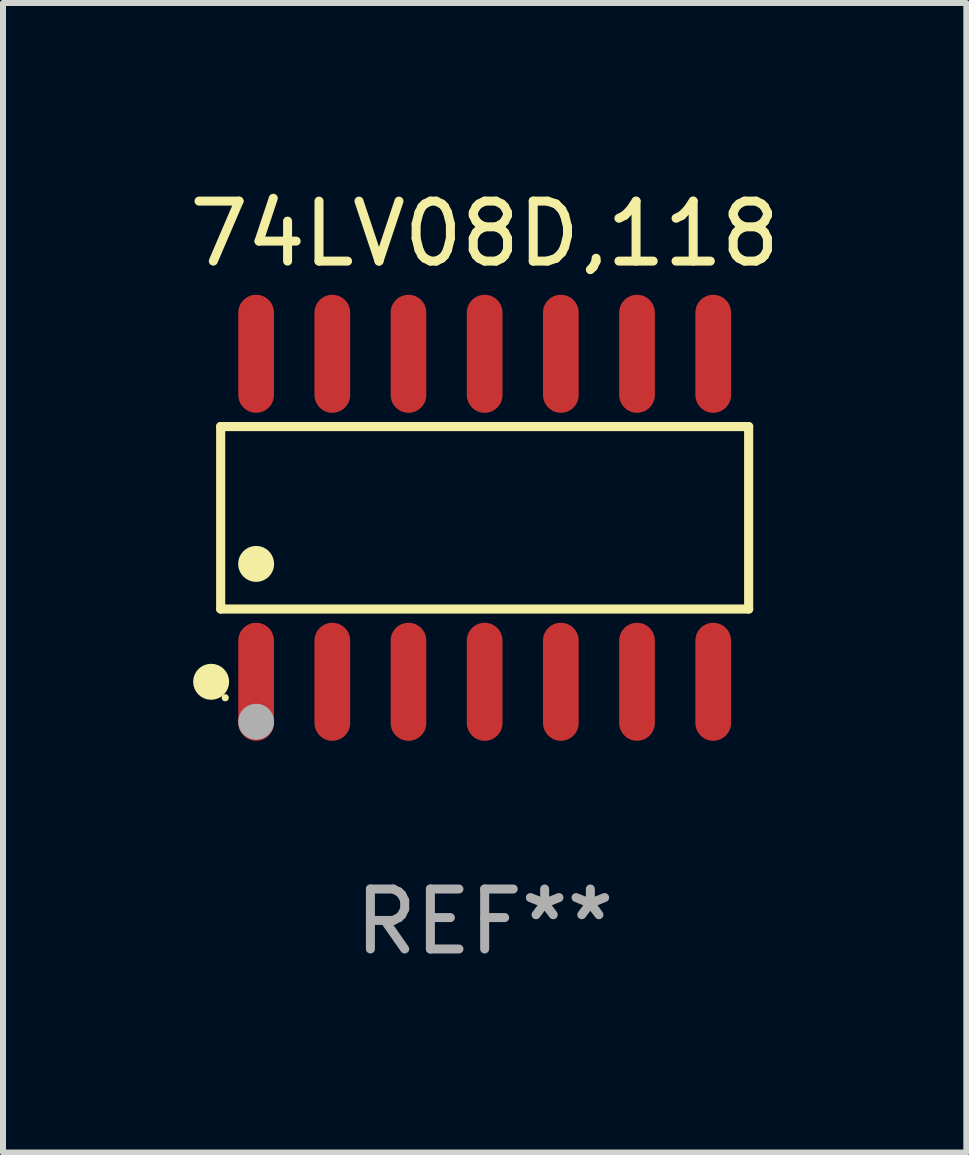
<source format=kicad_pcb>
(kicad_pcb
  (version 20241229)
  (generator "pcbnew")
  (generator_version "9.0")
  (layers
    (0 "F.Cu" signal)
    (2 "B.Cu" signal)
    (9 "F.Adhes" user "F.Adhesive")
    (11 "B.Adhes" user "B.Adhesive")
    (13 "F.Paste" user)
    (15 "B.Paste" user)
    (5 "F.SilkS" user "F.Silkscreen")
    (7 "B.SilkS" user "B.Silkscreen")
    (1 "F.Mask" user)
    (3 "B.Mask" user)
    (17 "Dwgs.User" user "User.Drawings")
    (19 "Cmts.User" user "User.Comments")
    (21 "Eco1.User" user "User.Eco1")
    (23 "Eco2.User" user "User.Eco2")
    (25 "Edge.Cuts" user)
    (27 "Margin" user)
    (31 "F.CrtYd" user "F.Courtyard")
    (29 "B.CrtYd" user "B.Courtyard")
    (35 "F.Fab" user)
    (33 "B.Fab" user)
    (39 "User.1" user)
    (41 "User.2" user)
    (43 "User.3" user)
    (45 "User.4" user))
  (footprint "74LV08D,118"
    (layer "F.Cu")
    (at 5.03 5.582)
    (property "Reference" "74LV08D,118" (at 0 -4.734 0) (layer "F.SilkS") (effects (font (size 1 1) (thickness 0.15))))
    (attr through_hole)
    (fp_line (start -4.401 -1.521) (end 4.401 -1.521) (stroke (width 0.152) (type solid)) (layer "F.SilkS"))
    (fp_line (start -4.401 1.521) (end -4.401 -1.521) (stroke (width 0.152) (type solid)) (layer "F.SilkS"))
    (fp_line (start 4.401 -1.521) (end 4.401 1.521) (stroke (width 0.152) (type solid)) (layer "F.SilkS"))
    (fp_line (start 4.401 1.521) (end -4.401 1.521) (stroke (width 0.152) (type solid)) (layer "F.SilkS"))
    (fp_circle (center -4.56 2.734) (end -4.41 2.734) (stroke (width 0.3) (type solid)) (fill no) (layer "F.SilkS"))
    (fp_circle (center -4.325 3) (end -4.295 3) (stroke (width 0.06) (type solid)) (fill no) (layer "F.SilkS"))
    (fp_circle (center -3.81 0.769) (end -3.66 0.769) (stroke (width 0.3) (type solid)) (fill no) (layer "F.SilkS"))
    (fp_circle (center -3.81 3.4) (end -3.66 3.4) (stroke (width 0.3) (type solid)) (fill no) (layer "F.Fab"))
    (fp_text user "REF**" (at 0 6.734 0) (layer "F.Fab") (effects (font (size 1 1) (thickness 0.15))))
    (pad "1" smd oval (at -3.81 2.734) (size 0.595 1.968) (layers "F.Cu" "F.Mask" "F.Paste"))
    (pad "2" smd oval (at -2.54 2.734) (size 0.595 1.968) (layers "F.Cu" "F.Mask" "F.Paste"))
    (pad "3" smd oval (at -1.27 2.734) (size 0.595 1.968) (layers "F.Cu" "F.Mask" "F.Paste"))
    (pad "4" smd oval (at 0 2.734) (size 0.595 1.968) (layers "F.Cu" "F.Mask" "F.Paste"))
    (pad "5" smd oval (at 1.27 2.734) (size 0.595 1.968) (layers "F.Cu" "F.Mask" "F.Paste"))
    (pad "6" smd oval (at 2.54 2.734) (size 0.595 1.968) (layers "F.Cu" "F.Mask" "F.Paste"))
    (pad "7" smd oval (at 3.81 2.734) (size 0.595 1.968) (layers "F.Cu" "F.Mask" "F.Paste"))
    (pad "8" smd oval (at 3.81 -2.734) (size 0.595 1.968) (layers "F.Cu" "F.Mask" "F.Paste"))
    (pad "9" smd oval (at 2.54 -2.734) (size 0.595 1.968) (layers "F.Cu" "F.Mask" "F.Paste"))
    (pad "10" smd oval (at 1.27 -2.734) (size 0.595 1.968) (layers "F.Cu" "F.Mask" "F.Paste"))
    (pad "11" smd oval (at 0 -2.734) (size 0.595 1.968) (layers "F.Cu" "F.Mask" "F.Paste"))
    (pad "12" smd oval (at -1.27 -2.734) (size 0.595 1.968) (layers "F.Cu" "F.Mask" "F.Paste"))
    (pad "13" smd oval (at -2.54 -2.734) (size 0.595 1.968) (layers "F.Cu" "F.Mask" "F.Paste"))
    (pad "14" smd oval (at -3.81 -2.734) (size 0.595 1.968) (layers "F.Cu" "F.Mask" "F.Paste")))
  (gr_rect
    (start -3 -3)
    (end 13.06 16.164)
    (stroke (width 0.1) (type default))
    (fill no)
    (layer "Edge.Cuts")))
</source>
